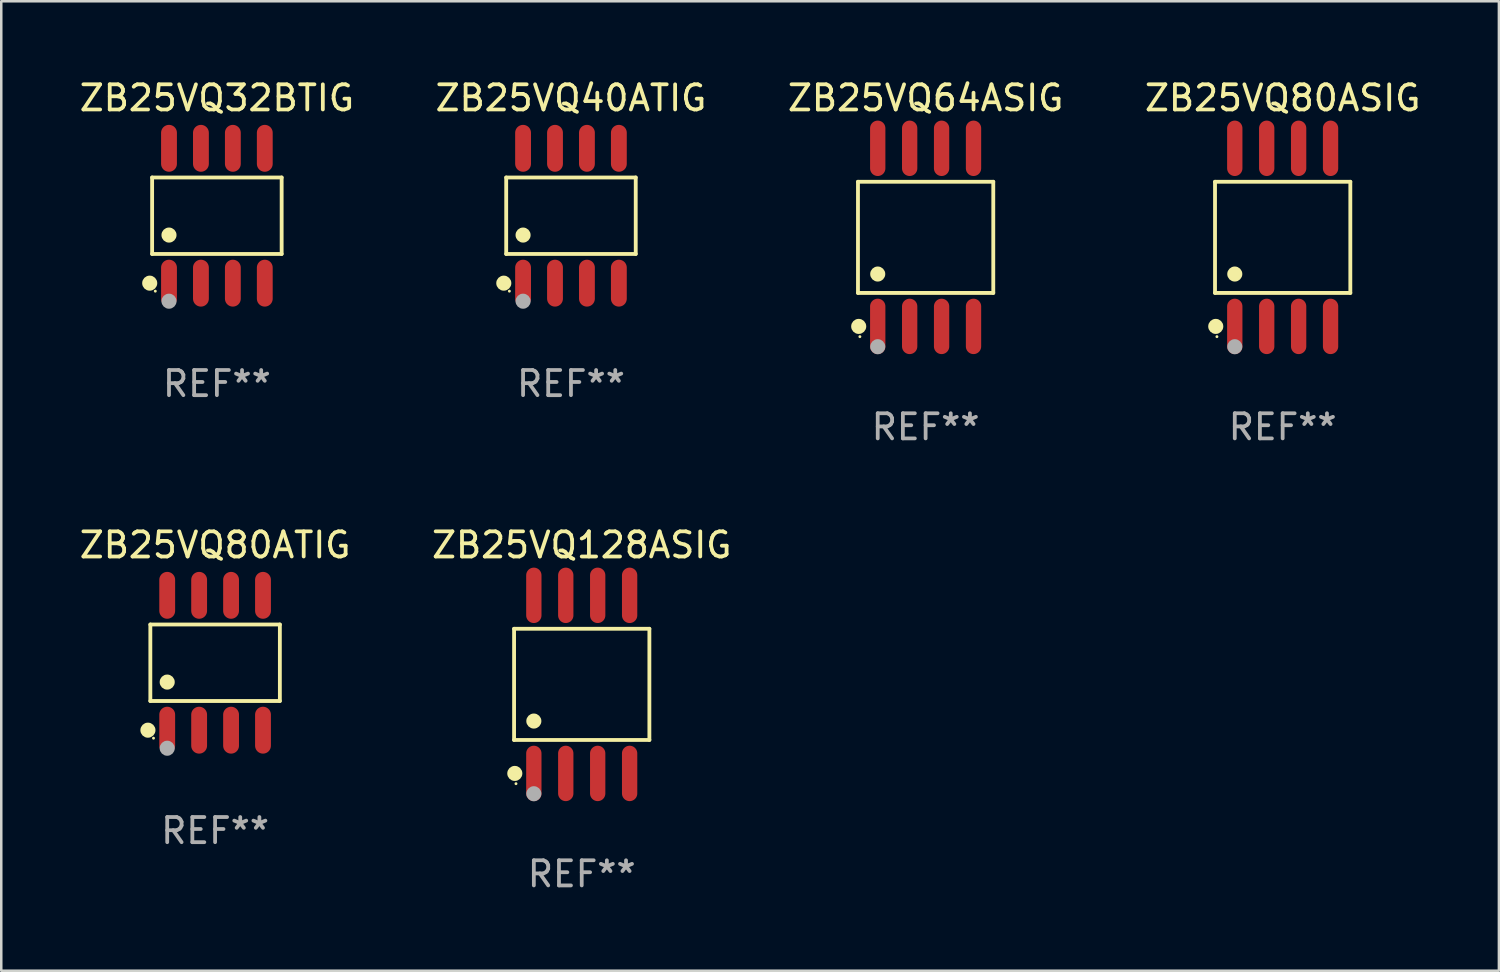
<source format=kicad_pcb>
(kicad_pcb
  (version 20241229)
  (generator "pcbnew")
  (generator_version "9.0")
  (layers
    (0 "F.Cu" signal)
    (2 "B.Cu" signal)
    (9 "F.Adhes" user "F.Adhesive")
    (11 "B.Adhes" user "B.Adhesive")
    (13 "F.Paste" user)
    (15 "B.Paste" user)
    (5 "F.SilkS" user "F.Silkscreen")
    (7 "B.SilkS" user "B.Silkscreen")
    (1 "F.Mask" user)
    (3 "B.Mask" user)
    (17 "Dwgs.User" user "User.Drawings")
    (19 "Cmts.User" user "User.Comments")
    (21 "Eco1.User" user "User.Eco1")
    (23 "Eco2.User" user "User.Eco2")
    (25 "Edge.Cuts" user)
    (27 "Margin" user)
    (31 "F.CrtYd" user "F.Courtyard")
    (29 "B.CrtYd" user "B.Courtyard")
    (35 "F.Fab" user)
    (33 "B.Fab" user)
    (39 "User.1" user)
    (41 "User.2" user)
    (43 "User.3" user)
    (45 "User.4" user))
  (footprint "ZB25VQ64ASIG"
    (layer "F.Cu")
    (at 33.768 6.391)
    (property "Reference" "ZB25VQ64ASIG" (at 0 -5.542 0) (layer "F.SilkS") (effects (font (size 1 1) (thickness 0.15))))
    (attr through_hole)
    (fp_line (start -2.691 -2.211) (end 2.691 -2.211) (stroke (width 0.152) (type solid)) (layer "F.SilkS"))
    (fp_line (start -2.691 2.211) (end -2.691 -2.211) (stroke (width 0.152) (type solid)) (layer "F.SilkS"))
    (fp_line (start 2.691 -2.211) (end 2.691 2.211) (stroke (width 0.152) (type solid)) (layer "F.SilkS"))
    (fp_line (start 2.691 2.211) (end -2.691 2.211) (stroke (width 0.152) (type solid)) (layer "F.SilkS"))
    (fp_circle (center -2.662 3.542) (end -2.512 3.542) (stroke (width 0.3) (type solid)) (fill no) (layer "F.SilkS"))
    (fp_circle (center -2.615 3.95) (end -2.585 3.95) (stroke (width 0.06) (type solid)) (fill no) (layer "F.SilkS"))
    (fp_circle (center -1.905 1.459) (end -1.755 1.459) (stroke (width 0.3) (type solid)) (fill no) (layer "F.SilkS"))
    (fp_circle (center -1.905 4.35) (end -1.755 4.35) (stroke (width 0.3) (type solid)) (fill no) (layer "F.Fab"))
    (fp_text user "REF**" (at 0 7.542 0) (layer "F.Fab") (effects (font (size 1 1) (thickness 0.15))))
    (pad "1" smd oval (at -1.905 3.542) (size 0.609 2.204) (layers "F.Cu" "F.Mask" "F.Paste"))
    (pad "2" smd oval (at -0.635 3.542) (size 0.609 2.204) (layers "F.Cu" "F.Mask" "F.Paste"))
    (pad "3" smd oval (at 0.635 3.542) (size 0.609 2.204) (layers "F.Cu" "F.Mask" "F.Paste"))
    (pad "4" smd oval (at 1.905 3.542) (size 0.609 2.204) (layers "F.Cu" "F.Mask" "F.Paste"))
    (pad "5" smd oval (at 1.905 -3.542) (size 0.609 2.204) (layers "F.Cu" "F.Mask" "F.Paste"))
    (pad "6" smd oval (at 0.635 -3.542) (size 0.609 2.204) (layers "F.Cu" "F.Mask" "F.Paste"))
    (pad "7" smd oval (at -0.635 -3.542) (size 0.609 2.204) (layers "F.Cu" "F.Mask" "F.Paste"))
    (pad "8" smd oval (at -1.905 -3.542) (size 0.609 2.204) (layers "F.Cu" "F.Mask" "F.Paste")))
  (footprint "ZB25VQ128ASIG"
    (layer "F.Cu")
    (at 20.089 24.172)
    (property "Reference" "ZB25VQ128ASIG" (at 0 -5.542 0) (layer "F.SilkS") (effects (font (size 1 1) (thickness 0.15))))
    (attr through_hole)
    (fp_line (start -2.691 -2.211) (end 2.691 -2.211) (stroke (width 0.152) (type solid)) (layer "F.SilkS"))
    (fp_line (start -2.691 2.211) (end -2.691 -2.211) (stroke (width 0.152) (type solid)) (layer "F.SilkS"))
    (fp_line (start 2.691 -2.211) (end 2.691 2.211) (stroke (width 0.152) (type solid)) (layer "F.SilkS"))
    (fp_line (start 2.691 2.211) (end -2.691 2.211) (stroke (width 0.152) (type solid)) (layer "F.SilkS"))
    (fp_circle (center -2.662 3.542) (end -2.512 3.542) (stroke (width 0.3) (type solid)) (fill no) (layer "F.SilkS"))
    (fp_circle (center -2.615 3.95) (end -2.585 3.95) (stroke (width 0.06) (type solid)) (fill no) (layer "F.SilkS"))
    (fp_circle (center -1.905 1.459) (end -1.755 1.459) (stroke (width 0.3) (type solid)) (fill no) (layer "F.SilkS"))
    (fp_circle (center -1.905 4.35) (end -1.755 4.35) (stroke (width 0.3) (type solid)) (fill no) (layer "F.Fab"))
    (fp_text user "REF**" (at 0 7.542 0) (layer "F.Fab") (effects (font (size 1 1) (thickness 0.15))))
    (pad "1" smd oval (at -1.905 3.542) (size 0.609 2.204) (layers "F.Cu" "F.Mask" "F.Paste"))
    (pad "2" smd oval (at -0.635 3.542) (size 0.609 2.204) (layers "F.Cu" "F.Mask" "F.Paste"))
    (pad "3" smd oval (at 0.635 3.542) (size 0.609 2.204) (layers "F.Cu" "F.Mask" "F.Paste"))
    (pad "4" smd oval (at 1.905 3.542) (size 0.609 2.204) (layers "F.Cu" "F.Mask" "F.Paste"))
    (pad "5" smd oval (at 1.905 -3.542) (size 0.609 2.204) (layers "F.Cu" "F.Mask" "F.Paste"))
    (pad "6" smd oval (at 0.635 -3.542) (size 0.609 2.204) (layers "F.Cu" "F.Mask" "F.Paste"))
    (pad "7" smd oval (at -0.635 -3.542) (size 0.609 2.204) (layers "F.Cu" "F.Mask" "F.Paste"))
    (pad "8" smd oval (at -1.905 -3.542) (size 0.609 2.204) (layers "F.Cu" "F.Mask" "F.Paste")))
  (footprint "ZB25VQ80ATIG"
    (layer "F.Cu")
    (at 5.506 23.312)
    (property "Reference" "ZB25VQ80ATIG" (at 0 -4.682 0) (layer "F.SilkS") (effects (font (size 1 1) (thickness 0.15))))
    (attr through_hole)
    (fp_line (start -2.576 -1.521) (end 2.576 -1.521) (stroke (width 0.152) (type solid)) (layer "F.SilkS"))
    (fp_line (start -2.576 1.521) (end -2.576 -1.521) (stroke (width 0.152) (type solid)) (layer "F.SilkS"))
    (fp_line (start 2.576 -1.521) (end 2.576 1.521) (stroke (width 0.152) (type solid)) (layer "F.SilkS"))
    (fp_line (start 2.576 1.521) (end -2.576 1.521) (stroke (width 0.152) (type solid)) (layer "F.SilkS"))
    (fp_circle (center -2.672 2.682) (end -2.522 2.682) (stroke (width 0.3) (type solid)) (fill no) (layer "F.SilkS"))
    (fp_circle (center -2.45 3) (end -2.42 3) (stroke (width 0.06) (type solid)) (fill no) (layer "F.SilkS"))
    (fp_circle (center -1.905 0.769) (end -1.755 0.769) (stroke (width 0.3) (type solid)) (fill no) (layer "F.SilkS"))
    (fp_circle (center -1.905 3.4) (end -1.755 3.4) (stroke (width 0.3) (type solid)) (fill no) (layer "F.Fab"))
    (fp_text user "REF**" (at 0 6.682 0) (layer "F.Fab") (effects (font (size 1 1) (thickness 0.15))))
    (pad "1" smd oval (at -1.905 2.682) (size 0.63 1.865) (layers "F.Cu" "F.Mask" "F.Paste"))
    (pad "2" smd oval (at -0.635 2.682) (size 0.63 1.865) (layers "F.Cu" "F.Mask" "F.Paste"))
    (pad "3" smd oval (at 0.635 2.682) (size 0.63 1.865) (layers "F.Cu" "F.Mask" "F.Paste"))
    (pad "4" smd oval (at 1.905 2.682) (size 0.63 1.865) (layers "F.Cu" "F.Mask" "F.Paste"))
    (pad "5" smd oval (at 1.905 -2.682) (size 0.63 1.865) (layers "F.Cu" "F.Mask" "F.Paste"))
    (pad "6" smd oval (at 0.635 -2.682) (size 0.63 1.865) (layers "F.Cu" "F.Mask" "F.Paste"))
    (pad "7" smd oval (at -0.635 -2.682) (size 0.63 1.865) (layers "F.Cu" "F.Mask" "F.Paste"))
    (pad "8" smd oval (at -1.905 -2.682) (size 0.63 1.865) (layers "F.Cu" "F.Mask" "F.Paste")))
  (footprint "ZB25VQ80ASIG"
    (layer "F.Cu")
    (at 47.97 6.391)
    (property "Reference" "ZB25VQ80ASIG" (at 0 -5.542 0) (layer "F.SilkS") (effects (font (size 1 1) (thickness 0.15))))
    (attr through_hole)
    (fp_line (start -2.691 -2.211) (end 2.691 -2.211) (stroke (width 0.152) (type solid)) (layer "F.SilkS"))
    (fp_line (start -2.691 2.211) (end -2.691 -2.211) (stroke (width 0.152) (type solid)) (layer "F.SilkS"))
    (fp_line (start 2.691 -2.211) (end 2.691 2.211) (stroke (width 0.152) (type solid)) (layer "F.SilkS"))
    (fp_line (start 2.691 2.211) (end -2.691 2.211) (stroke (width 0.152) (type solid)) (layer "F.SilkS"))
    (fp_circle (center -2.662 3.542) (end -2.512 3.542) (stroke (width 0.3) (type solid)) (fill no) (layer "F.SilkS"))
    (fp_circle (center -2.615 3.95) (end -2.585 3.95) (stroke (width 0.06) (type solid)) (fill no) (layer "F.SilkS"))
    (fp_circle (center -1.905 1.459) (end -1.755 1.459) (stroke (width 0.3) (type solid)) (fill no) (layer "F.SilkS"))
    (fp_circle (center -1.905 4.35) (end -1.755 4.35) (stroke (width 0.3) (type solid)) (fill no) (layer "F.Fab"))
    (fp_text user "REF**" (at 0 7.542 0) (layer "F.Fab") (effects (font (size 1 1) (thickness 0.15))))
    (pad "1" smd oval (at -1.905 3.542) (size 0.609 2.204) (layers "F.Cu" "F.Mask" "F.Paste"))
    (pad "2" smd oval (at -0.635 3.542) (size 0.609 2.204) (layers "F.Cu" "F.Mask" "F.Paste"))
    (pad "3" smd oval (at 0.635 3.542) (size 0.609 2.204) (layers "F.Cu" "F.Mask" "F.Paste"))
    (pad "4" smd oval (at 1.905 3.542) (size 0.609 2.204) (layers "F.Cu" "F.Mask" "F.Paste"))
    (pad "5" smd oval (at 1.905 -3.542) (size 0.609 2.204) (layers "F.Cu" "F.Mask" "F.Paste"))
    (pad "6" smd oval (at 0.635 -3.542) (size 0.609 2.204) (layers "F.Cu" "F.Mask" "F.Paste"))
    (pad "7" smd oval (at -0.635 -3.542) (size 0.609 2.204) (layers "F.Cu" "F.Mask" "F.Paste"))
    (pad "8" smd oval (at -1.905 -3.542) (size 0.609 2.204) (layers "F.Cu" "F.Mask" "F.Paste")))
  (footprint "ZB25VQ32BTIG"
    (layer "F.Cu")
    (at 5.577 5.531)
    (property "Reference" "ZB25VQ32BTIG" (at 0 -4.682 0) (layer "F.SilkS") (effects (font (size 1 1) (thickness 0.15))))
    (attr through_hole)
    (fp_line (start -2.576 -1.521) (end 2.576 -1.521) (stroke (width 0.152) (type solid)) (layer "F.SilkS"))
    (fp_line (start -2.576 1.521) (end -2.576 -1.521) (stroke (width 0.152) (type solid)) (layer "F.SilkS"))
    (fp_line (start 2.576 -1.521) (end 2.576 1.521) (stroke (width 0.152) (type solid)) (layer "F.SilkS"))
    (fp_line (start 2.576 1.521) (end -2.576 1.521) (stroke (width 0.152) (type solid)) (layer "F.SilkS"))
    (fp_circle (center -2.672 2.682) (end -2.522 2.682) (stroke (width 0.3) (type solid)) (fill no) (layer "F.SilkS"))
    (fp_circle (center -2.45 3) (end -2.42 3) (stroke (width 0.06) (type solid)) (fill no) (layer "F.SilkS"))
    (fp_circle (center -1.905 0.769) (end -1.755 0.769) (stroke (width 0.3) (type solid)) (fill no) (layer "F.SilkS"))
    (fp_circle (center -1.905 3.4) (end -1.755 3.4) (stroke (width 0.3) (type solid)) (fill no) (layer "F.Fab"))
    (fp_text user "REF**" (at 0 6.682 0) (layer "F.Fab") (effects (font (size 1 1) (thickness 0.15))))
    (pad "1" smd oval (at -1.905 2.682) (size 0.63 1.865) (layers "F.Cu" "F.Mask" "F.Paste"))
    (pad "2" smd oval (at -0.635 2.682) (size 0.63 1.865) (layers "F.Cu" "F.Mask" "F.Paste"))
    (pad "3" smd oval (at 0.635 2.682) (size 0.63 1.865) (layers "F.Cu" "F.Mask" "F.Paste"))
    (pad "4" smd oval (at 1.905 2.682) (size 0.63 1.865) (layers "F.Cu" "F.Mask" "F.Paste"))
    (pad "5" smd oval (at 1.905 -2.682) (size 0.63 1.865) (layers "F.Cu" "F.Mask" "F.Paste"))
    (pad "6" smd oval (at 0.635 -2.682) (size 0.63 1.865) (layers "F.Cu" "F.Mask" "F.Paste"))
    (pad "7" smd oval (at -0.635 -2.682) (size 0.63 1.865) (layers "F.Cu" "F.Mask" "F.Paste"))
    (pad "8" smd oval (at -1.905 -2.682) (size 0.63 1.865) (layers "F.Cu" "F.Mask" "F.Paste")))
  (footprint "ZB25VQ40ATIG"
    (layer "F.Cu")
    (at 19.661 5.531)
    (property "Reference" "ZB25VQ40ATIG" (at 0 -4.682 0) (layer "F.SilkS") (effects (font (size 1 1) (thickness 0.15))))
    (attr through_hole)
    (fp_line (start -2.576 -1.521) (end 2.576 -1.521) (stroke (width 0.152) (type solid)) (layer "F.SilkS"))
    (fp_line (start -2.576 1.521) (end -2.576 -1.521) (stroke (width 0.152) (type solid)) (layer "F.SilkS"))
    (fp_line (start 2.576 -1.521) (end 2.576 1.521) (stroke (width 0.152) (type solid)) (layer "F.SilkS"))
    (fp_line (start 2.576 1.521) (end -2.576 1.521) (stroke (width 0.152) (type solid)) (layer "F.SilkS"))
    (fp_circle (center -2.672 2.682) (end -2.522 2.682) (stroke (width 0.3) (type solid)) (fill no) (layer "F.SilkS"))
    (fp_circle (center -2.45 3) (end -2.42 3) (stroke (width 0.06) (type solid)) (fill no) (layer "F.SilkS"))
    (fp_circle (center -1.905 0.769) (end -1.755 0.769) (stroke (width 0.3) (type solid)) (fill no) (layer "F.SilkS"))
    (fp_circle (center -1.905 3.4) (end -1.755 3.4) (stroke (width 0.3) (type solid)) (fill no) (layer "F.Fab"))
    (fp_text user "REF**" (at 0 6.682 0) (layer "F.Fab") (effects (font (size 1 1) (thickness 0.15))))
    (pad "1" smd oval (at -1.905 2.682) (size 0.63 1.865) (layers "F.Cu" "F.Mask" "F.Paste"))
    (pad "2" smd oval (at -0.635 2.682) (size 0.63 1.865) (layers "F.Cu" "F.Mask" "F.Paste"))
    (pad "3" smd oval (at 0.635 2.682) (size 0.63 1.865) (layers "F.Cu" "F.Mask" "F.Paste"))
    (pad "4" smd oval (at 1.905 2.682) (size 0.63 1.865) (layers "F.Cu" "F.Mask" "F.Paste"))
    (pad "5" smd oval (at 1.905 -2.682) (size 0.63 1.865) (layers "F.Cu" "F.Mask" "F.Paste"))
    (pad "6" smd oval (at 0.635 -2.682) (size 0.63 1.865) (layers "F.Cu" "F.Mask" "F.Paste"))
    (pad "7" smd oval (at -0.635 -2.682) (size 0.63 1.865) (layers "F.Cu" "F.Mask" "F.Paste"))
    (pad "8" smd oval (at -1.905 -2.682) (size 0.63 1.865) (layers "F.Cu" "F.Mask" "F.Paste")))
  (gr_rect
    (start -3 -3)
    (end 56.571 35.562)
    (stroke (width 0.1) (type default))
    (fill no)
    (layer "Edge.Cuts")))
</source>
